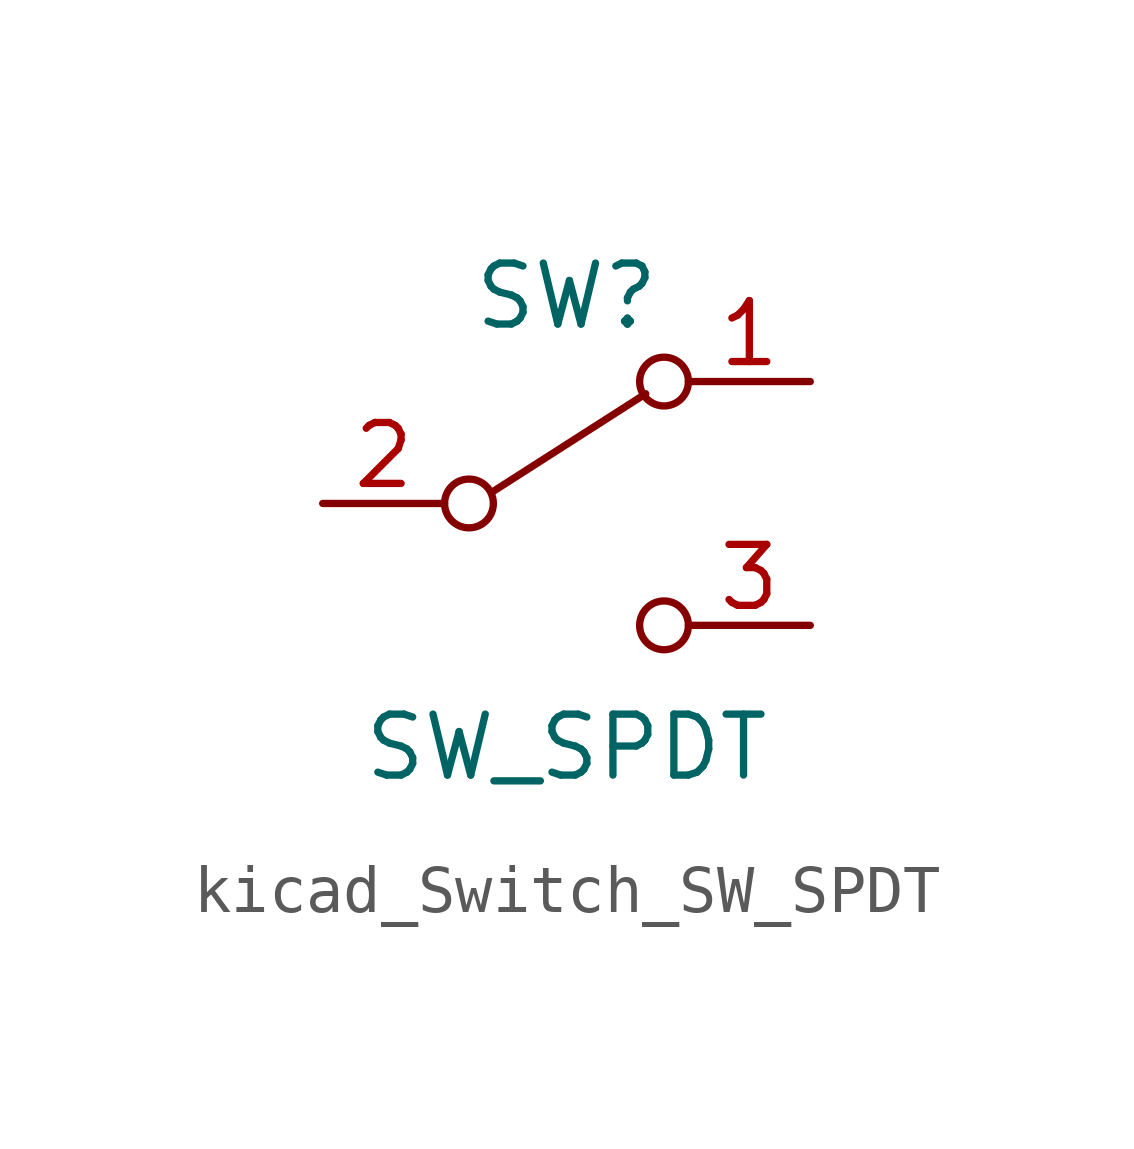
<source format=kicad_sym>
(kicad_symbol_lib
  (version 20220914)
  (generator kicad_symbol_editor)
  (symbol "kicad_Switch_SW_SPDT"
    (pin_names
      (offset 0) hide)
    (property "Reference" "SW"
      (at 0 4.318 0)
      (effects (font (size 1.27 1.27))))
    (property "Value" "SW_SPDT"
      (at 0 -5.08 0)
      (effects (font (size 1.27 1.27))))
    (symbol "kicad_Switch_SW_SPDT_0_0"
      (circle (center -2.032 0) (radius 0.508) (stroke (width 0) (type default)) (fill (type none)))
      (circle (center 2.032 -2.54) (radius 0.508) (stroke (width 0) (type default)) (fill (type none))))
    (symbol "kicad_Switch_SW_SPDT_0_1"
      (polyline (pts (xy -1.524 0.254) (xy 1.651 2.286)) (stroke (width 0) (type default)) (fill (type none)))
      (circle (center 2.032 2.54) (radius 0.508) (stroke (width 0) (type default)) (fill (type none))))
    (symbol "kicad_Switch_SW_SPDT_1_1"
      (pin passive line (at 5.08 2.54 180) (length 2.54) (name "A" (effects (font (size 1.27 1.27)))) (number "1" (effects (font (size 1.27 1.27)))))
      (pin passive line (at -5.08 0 0) (length 2.54) (name "B" (effects (font (size 1.27 1.27)))) (number "2" (effects (font (size 1.27 1.27)))))
      (pin passive line (at 5.08 -2.54 180) (length 2.54) (name "C" (effects (font (size 1.27 1.27)))) (number "3" (effects (font (size 1.27 1.27))))))))
</source>
